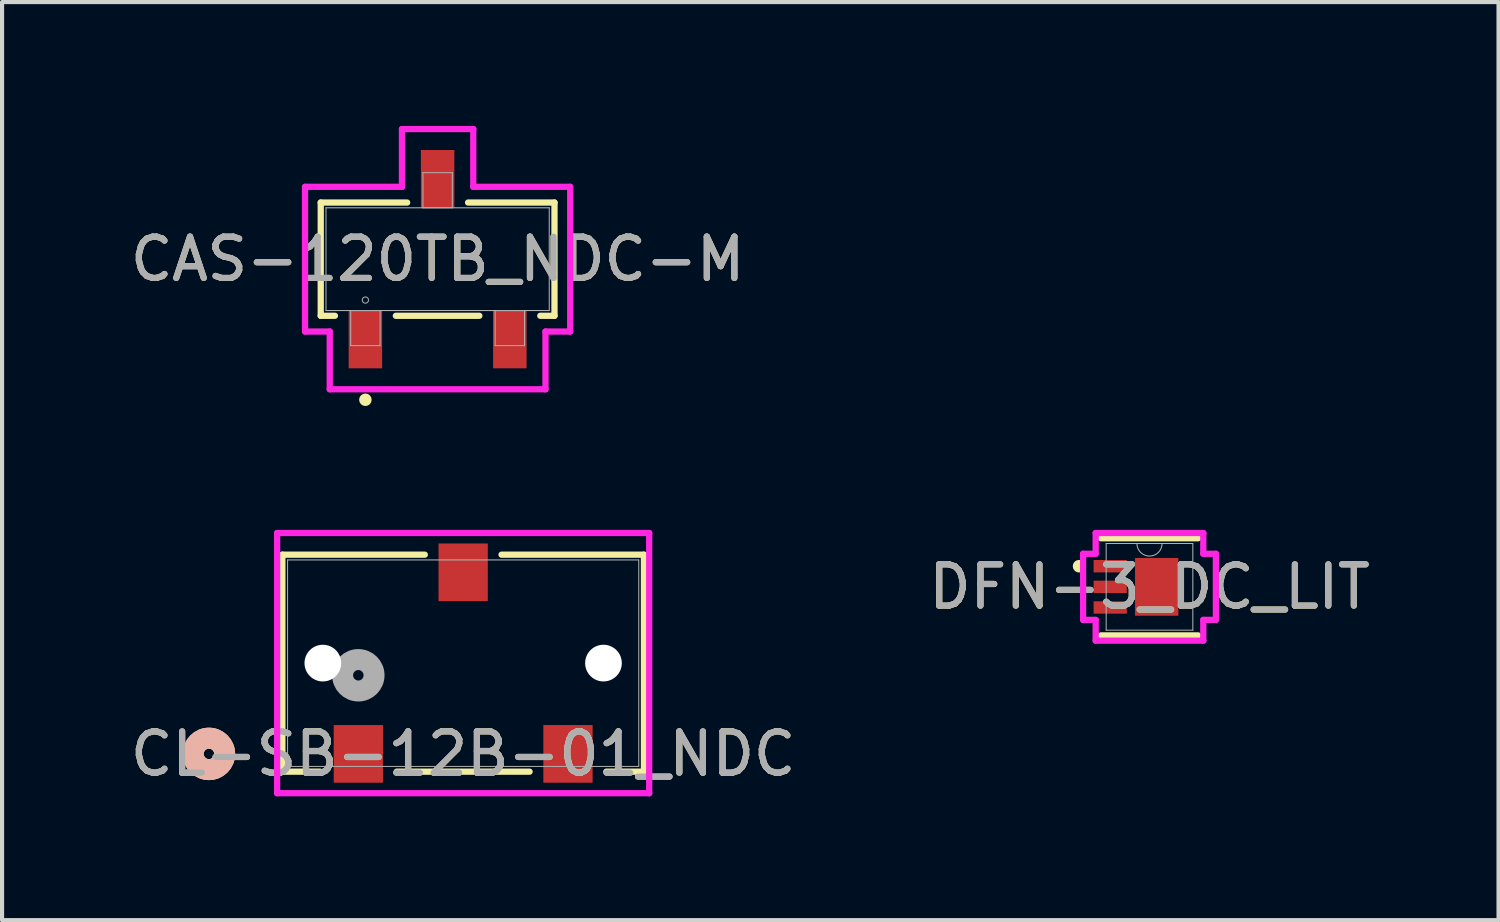
<source format=kicad_pcb>
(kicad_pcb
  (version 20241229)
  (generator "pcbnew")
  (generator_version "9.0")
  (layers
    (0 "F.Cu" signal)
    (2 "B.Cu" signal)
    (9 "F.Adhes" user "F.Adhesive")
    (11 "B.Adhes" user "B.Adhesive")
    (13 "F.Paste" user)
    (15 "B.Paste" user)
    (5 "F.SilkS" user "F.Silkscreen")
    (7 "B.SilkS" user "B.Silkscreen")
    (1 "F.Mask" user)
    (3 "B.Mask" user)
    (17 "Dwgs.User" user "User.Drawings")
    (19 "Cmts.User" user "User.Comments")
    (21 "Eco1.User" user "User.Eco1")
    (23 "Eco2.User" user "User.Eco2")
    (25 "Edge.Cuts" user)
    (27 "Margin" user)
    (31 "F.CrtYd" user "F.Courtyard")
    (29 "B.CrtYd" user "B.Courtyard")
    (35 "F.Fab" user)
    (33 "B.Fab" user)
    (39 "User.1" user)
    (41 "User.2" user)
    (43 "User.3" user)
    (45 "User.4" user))
  (footprint "CL-SB-12B-01_NDC"
    (layer "F.Cu")
    (at 8.173 13.02)
    (property "Reference" "CL-SB-12B-01_NDC" (at 0 2.198 0) (unlocked yes) (layer "F.SilkS") (effects (font (size 1 1) (thickness 0.15))))
    (attr smd)
    (fp_line (start -4.381 -2.629) (end -4.381 2.629) (stroke (width 0.152) (type solid)) (layer "F.SilkS"))
    (fp_line (start -4.381 2.629) (end -3.47 2.629) (stroke (width 0.152) (type solid)) (layer "F.SilkS"))
    (fp_line (start -1.61 2.629) (end 1.61 2.629) (stroke (width 0.152) (type solid)) (layer "F.SilkS"))
    (fp_line (start -0.93 -2.629) (end -4.381 -2.629) (stroke (width 0.152) (type solid)) (layer "F.SilkS"))
    (fp_line (start 3.47 2.629) (end 4.381 2.629) (stroke (width 0.152) (type solid)) (layer "F.SilkS"))
    (fp_line (start 4.381 -2.629) (end 0.93 -2.629) (stroke (width 0.152) (type solid)) (layer "F.SilkS"))
    (fp_line (start 4.381 2.629) (end 4.381 -2.629) (stroke (width 0.152) (type solid)) (layer "F.SilkS"))
    (fp_circle (center -6.16 2.198) (end -5.779 2.198) (stroke (width 0.508) (type solid)) (fill no) (layer "F.SilkS"))
    (fp_circle (center -6.16 2.198) (end -5.779 2.198) (stroke (width 0.508) (type solid)) (fill no) (layer "B.SilkS"))
    (fp_line (start -4.508 -3.154) (end -4.508 3.151) (stroke (width 0.152) (type solid)) (layer "F.CrtYd"))
    (fp_line (start -4.508 3.151) (end 4.508 3.151) (stroke (width 0.152) (type solid)) (layer "F.CrtYd"))
    (fp_line (start 4.508 -3.154) (end -4.508 -3.154) (stroke (width 0.152) (type solid)) (layer "F.CrtYd"))
    (fp_line (start 4.508 3.151) (end 4.508 -3.154) (stroke (width 0.152) (type solid)) (layer "F.CrtYd"))
    (fp_line (start -4.255 -2.502) (end -4.255 2.502) (stroke (width 0.025) (type solid)) (layer "F.Fab"))
    (fp_line (start -4.255 2.502) (end 4.255 2.502) (stroke (width 0.025) (type solid)) (layer "F.Fab"))
    (fp_line (start 4.255 -2.502) (end -4.255 -2.502) (stroke (width 0.025) (type solid)) (layer "F.Fab"))
    (fp_line (start 4.255 2.502) (end 4.255 -2.502) (stroke (width 0.025) (type solid)) (layer "F.Fab"))
    (fp_circle (center -2.54 0.293) (end -2.159 0.293) (stroke (width 0.508) (type solid)) (fill no) (layer "F.Fab"))
    (fp_text user "${REFERENCE}" (at 0 2.198 0) (unlocked yes) (layer "F.Fab") (effects (font (size 1 1) (thickness 0.15))))
    (pad "" np_thru_hole circle (at -3.4 -0.002) (size 0.889 0.889) (drill 0.889) (layers "*.Cu" "*.Mask"))
    (pad "" np_thru_hole circle (at 3.4 -0.002) (size 0.889 0.889) (drill 0.889) (layers "*.Cu" "*.Mask"))
    (pad "1" smd rect (at -2.54 2.198) (size 1.194 1.397) (layers "F.Cu" "F.Mask" "F.Paste"))
    (pad "2" smd rect (at 0 -2.202) (size 1.194 1.397) (layers "F.Cu" "F.Mask" "F.Paste"))
    (pad "3" smd rect (at 2.54 2.198) (size 1.194 1.397) (layers "F.Cu" "F.Mask" "F.Paste")))
  (footprint "CAS-120TB_NDC-M"
    (layer "F.Cu")
    (at 7.554 3.23)
    (property "Reference" "CAS-120TB_NDC-M" (at 0 0 0) (unlocked yes) (layer "F.SilkS") (effects (font (size 1 1) (thickness 0.15))))
    (attr smd)
    (fp_line (start -2.832 -1.372) (end -2.832 1.372) (stroke (width 0.152) (type solid)) (layer "F.SilkS"))
    (fp_line (start -2.832 1.372) (end -2.488 1.372) (stroke (width 0.152) (type solid)) (layer "F.SilkS"))
    (fp_line (start -1.012 1.372) (end 1.012 1.372) (stroke (width 0.152) (type solid)) (layer "F.SilkS"))
    (fp_line (start -0.738 -1.372) (end -2.832 -1.372) (stroke (width 0.152) (type solid)) (layer "F.SilkS"))
    (fp_line (start 2.488 1.372) (end 2.832 1.372) (stroke (width 0.152) (type solid)) (layer "F.SilkS"))
    (fp_line (start 2.832 -1.372) (end 0.738 -1.372) (stroke (width 0.152) (type solid)) (layer "F.SilkS"))
    (fp_line (start 2.832 1.372) (end 2.832 -1.372) (stroke (width 0.152) (type solid)) (layer "F.SilkS"))
    (fp_circle (center -1.75 3.407) (end -1.674 3.407) (stroke (width 0.152) (type solid)) (fill no) (layer "F.SilkS"))
    (fp_line (start -3.213 -1.753) (end -0.864 -1.753) (stroke (width 0.152) (type solid)) (layer "F.CrtYd"))
    (fp_line (start -3.213 1.753) (end -3.213 -1.753) (stroke (width 0.152) (type solid)) (layer "F.CrtYd"))
    (fp_line (start -3.213 1.753) (end -2.614 1.753) (stroke (width 0.152) (type solid)) (layer "F.CrtYd"))
    (fp_line (start -2.614 1.753) (end -2.614 3.153) (stroke (width 0.152) (type solid)) (layer "F.CrtYd"))
    (fp_line (start -2.614 3.153) (end 2.614 3.153) (stroke (width 0.152) (type solid)) (layer "F.CrtYd"))
    (fp_line (start -0.864 -3.153) (end 0.864 -3.153) (stroke (width 0.152) (type solid)) (layer "F.CrtYd"))
    (fp_line (start -0.864 -1.753) (end -0.864 -3.153) (stroke (width 0.152) (type solid)) (layer "F.CrtYd"))
    (fp_line (start 0.864 -1.753) (end 0.864 -3.153) (stroke (width 0.152) (type solid)) (layer "F.CrtYd"))
    (fp_line (start 2.614 1.753) (end 2.614 3.153) (stroke (width 0.152) (type solid)) (layer "F.CrtYd"))
    (fp_line (start 3.213 -1.753) (end 0.864 -1.753) (stroke (width 0.152) (type solid)) (layer "F.CrtYd"))
    (fp_line (start 3.213 -1.753) (end 3.213 1.753) (stroke (width 0.152) (type solid)) (layer "F.CrtYd"))
    (fp_line (start 3.213 1.753) (end 2.614 1.753) (stroke (width 0.152) (type solid)) (layer "F.CrtYd"))
    (fp_line (start -2.705 -1.245) (end -2.705 1.245) (stroke (width 0.025) (type solid)) (layer "F.Fab"))
    (fp_line (start -2.705 1.245) (end 2.705 1.245) (stroke (width 0.025) (type solid)) (layer "F.Fab"))
    (fp_line (start -2.106 1.245) (end -2.106 2.095) (stroke (width 0.025) (type solid)) (layer "F.Fab"))
    (fp_line (start -2.106 2.095) (end -1.394 2.095) (stroke (width 0.025) (type solid)) (layer "F.Fab"))
    (fp_line (start -1.394 1.245) (end -2.106 1.245) (stroke (width 0.025) (type solid)) (layer "F.Fab"))
    (fp_line (start -1.394 2.095) (end -1.394 1.245) (stroke (width 0.025) (type solid)) (layer "F.Fab"))
    (fp_line (start -0.356 -2.095) (end -0.356 -1.245) (stroke (width 0.025) (type solid)) (layer "F.Fab"))
    (fp_line (start -0.356 -1.245) (end 0.356 -1.245) (stroke (width 0.025) (type solid)) (layer "F.Fab"))
    (fp_line (start 0.356 -2.095) (end -0.356 -2.095) (stroke (width 0.025) (type solid)) (layer "F.Fab"))
    (fp_line (start 0.356 -1.245) (end 0.356 -2.095) (stroke (width 0.025) (type solid)) (layer "F.Fab"))
    (fp_line (start 1.394 1.245) (end 1.394 2.095) (stroke (width 0.025) (type solid)) (layer "F.Fab"))
    (fp_line (start 1.394 2.095) (end 2.106 2.095) (stroke (width 0.025) (type solid)) (layer "F.Fab"))
    (fp_line (start 2.106 1.245) (end 1.394 1.245) (stroke (width 0.025) (type solid)) (layer "F.Fab"))
    (fp_line (start 2.106 2.095) (end 2.106 1.245) (stroke (width 0.025) (type solid)) (layer "F.Fab"))
    (fp_line (start 2.705 -1.245) (end -2.705 -1.245) (stroke (width 0.025) (type solid)) (layer "F.Fab"))
    (fp_line (start 2.705 1.245) (end 2.705 -1.245) (stroke (width 0.025) (type solid)) (layer "F.Fab"))
    (fp_circle (center -1.75 0.991) (end -1.674 0.991) (stroke (width 0.025) (type solid)) (fill no) (layer "F.Fab"))
    (fp_text user "${REFERENCE}" (at 0 0 0) (unlocked yes) (layer "F.Fab") (effects (font (size 1 1) (thickness 0.15))))
    (pad "1" smd rect (at -1.75 1.942) (size 0.811 1.406) (layers "F.Cu" "F.Mask" "F.Paste"))
    (pad "2" smd rect (at 1.75 1.942) (size 0.811 1.406) (layers "F.Cu" "F.Mask" "F.Paste"))
    (pad "3" smd rect (at 0 -1.942) (size 0.811 1.406) (layers "F.Cu" "F.Mask" "F.Paste")))
  (footprint "DFN-3_DC_LIT"
    (layer "F.Cu")
    (at 24.804 11.17)
    (property "Reference" "DFN-3_DC_LIT" (at 0 0 0) (unlocked yes) (layer "F.SilkS") (effects (font (size 1 1) (thickness 0.15))))
    (attr smd)
    (fp_line (start -1.177 1.177) (end 1.177 1.177) (stroke (width 0.152) (type solid)) (layer "F.SilkS"))
    (fp_line (start 1.177 -1.177) (end -1.177 -1.177) (stroke (width 0.152) (type solid)) (layer "F.SilkS"))
    (fp_arc (start -1.687541 -0.426171) (mid -1.7826 -0.5) (end -1.687541 -0.573829) (stroke (width 0.1524) (type solid)) (layer "F.SilkS"))
    (fp_poly (pts (xy -0.525 -0.7) (xy -0.525 0.7) (xy 0.525 0.7) (xy 0.525 -0.7)) (stroke (width 0) (type solid)) (fill yes) (layer "F.Paste"))
    (fp_line (start -1.609 -0.801) (end -1.304 -0.801) (stroke (width 0.152) (type solid)) (layer "F.CrtYd"))
    (fp_line (start -1.609 0.801) (end -1.609 -0.801) (stroke (width 0.152) (type solid)) (layer "F.CrtYd"))
    (fp_line (start -1.609 0.801) (end -1.304 0.801) (stroke (width 0.152) (type solid)) (layer "F.CrtYd"))
    (fp_line (start -1.304 -1.304) (end 1.304 -1.304) (stroke (width 0.152) (type solid)) (layer "F.CrtYd"))
    (fp_line (start -1.304 -0.801) (end -1.304 -1.304) (stroke (width 0.152) (type solid)) (layer "F.CrtYd"))
    (fp_line (start -1.304 1.304) (end -1.304 0.801) (stroke (width 0.152) (type solid)) (layer "F.CrtYd"))
    (fp_line (start 1.304 -1.304) (end 1.304 -0.801) (stroke (width 0.152) (type solid)) (layer "F.CrtYd"))
    (fp_line (start 1.304 0.801) (end 1.304 1.304) (stroke (width 0.152) (type solid)) (layer "F.CrtYd"))
    (fp_line (start 1.304 1.304) (end -1.304 1.304) (stroke (width 0.152) (type solid)) (layer "F.CrtYd"))
    (fp_line (start 1.609 -0.801) (end 1.304 -0.801) (stroke (width 0.152) (type solid)) (layer "F.CrtYd"))
    (fp_line (start 1.609 -0.801) (end 1.609 0.801) (stroke (width 0.152) (type solid)) (layer "F.CrtYd"))
    (fp_line (start 1.609 0.801) (end 1.304 0.801) (stroke (width 0.152) (type solid)) (layer "F.CrtYd"))
    (fp_line (start -1.05 -1.05) (end -1.05 1.05) (stroke (width 0.025) (type solid)) (layer "F.Fab"))
    (fp_line (start -1.05 1.05) (end 1.05 1.05) (stroke (width 0.025) (type solid)) (layer "F.Fab"))
    (fp_line (start 1.05 -1.05) (end -1.05 -1.05) (stroke (width 0.025) (type solid)) (layer "F.Fab"))
    (fp_line (start 1.05 1.05) (end 1.05 -1.05) (stroke (width 0.025) (type solid)) (layer "F.Fab"))
    (fp_arc (start 0.3048 -1.05) (mid 0 -0.7452) (end -0.3048 -1.05) (stroke (width 0.0254) (type solid)) (layer "F.Fab"))
    (fp_circle (center -0.55 -0.5) (end -0.474 -0.5) (stroke (width 0.025) (type solid)) (fill no) (layer "F.Fab"))
    (fp_text user "${REFERENCE}" (at 0 0 0) (unlocked yes) (layer "F.Fab") (effects (font (size 1 1) (thickness 0.15))))
    (pad "1" smd rect (at -0.952 -0.5) (size 0.805 0.3) (layers "F.Cu" "F.Mask" "F.Paste"))
    (pad "2" smd rect (at -0.952 0) (size 0.805 0.3) (layers "F.Cu" "F.Mask" "F.Paste"))
    (pad "3" smd rect (at -0.952 0.5) (size 0.805 0.3) (layers "F.Cu" "F.Mask" "F.Paste"))
    (pad "4" smd rect (at 0.175 0) (size 1.05 1.4) (layers "F.Cu" "F.Mask")))
  (gr_rect
    (start -3 -3)
    (end 33.262 19.247)
    (stroke (width 0.1) (type default))
    (fill no)
    (layer "Edge.Cuts")))
</source>
